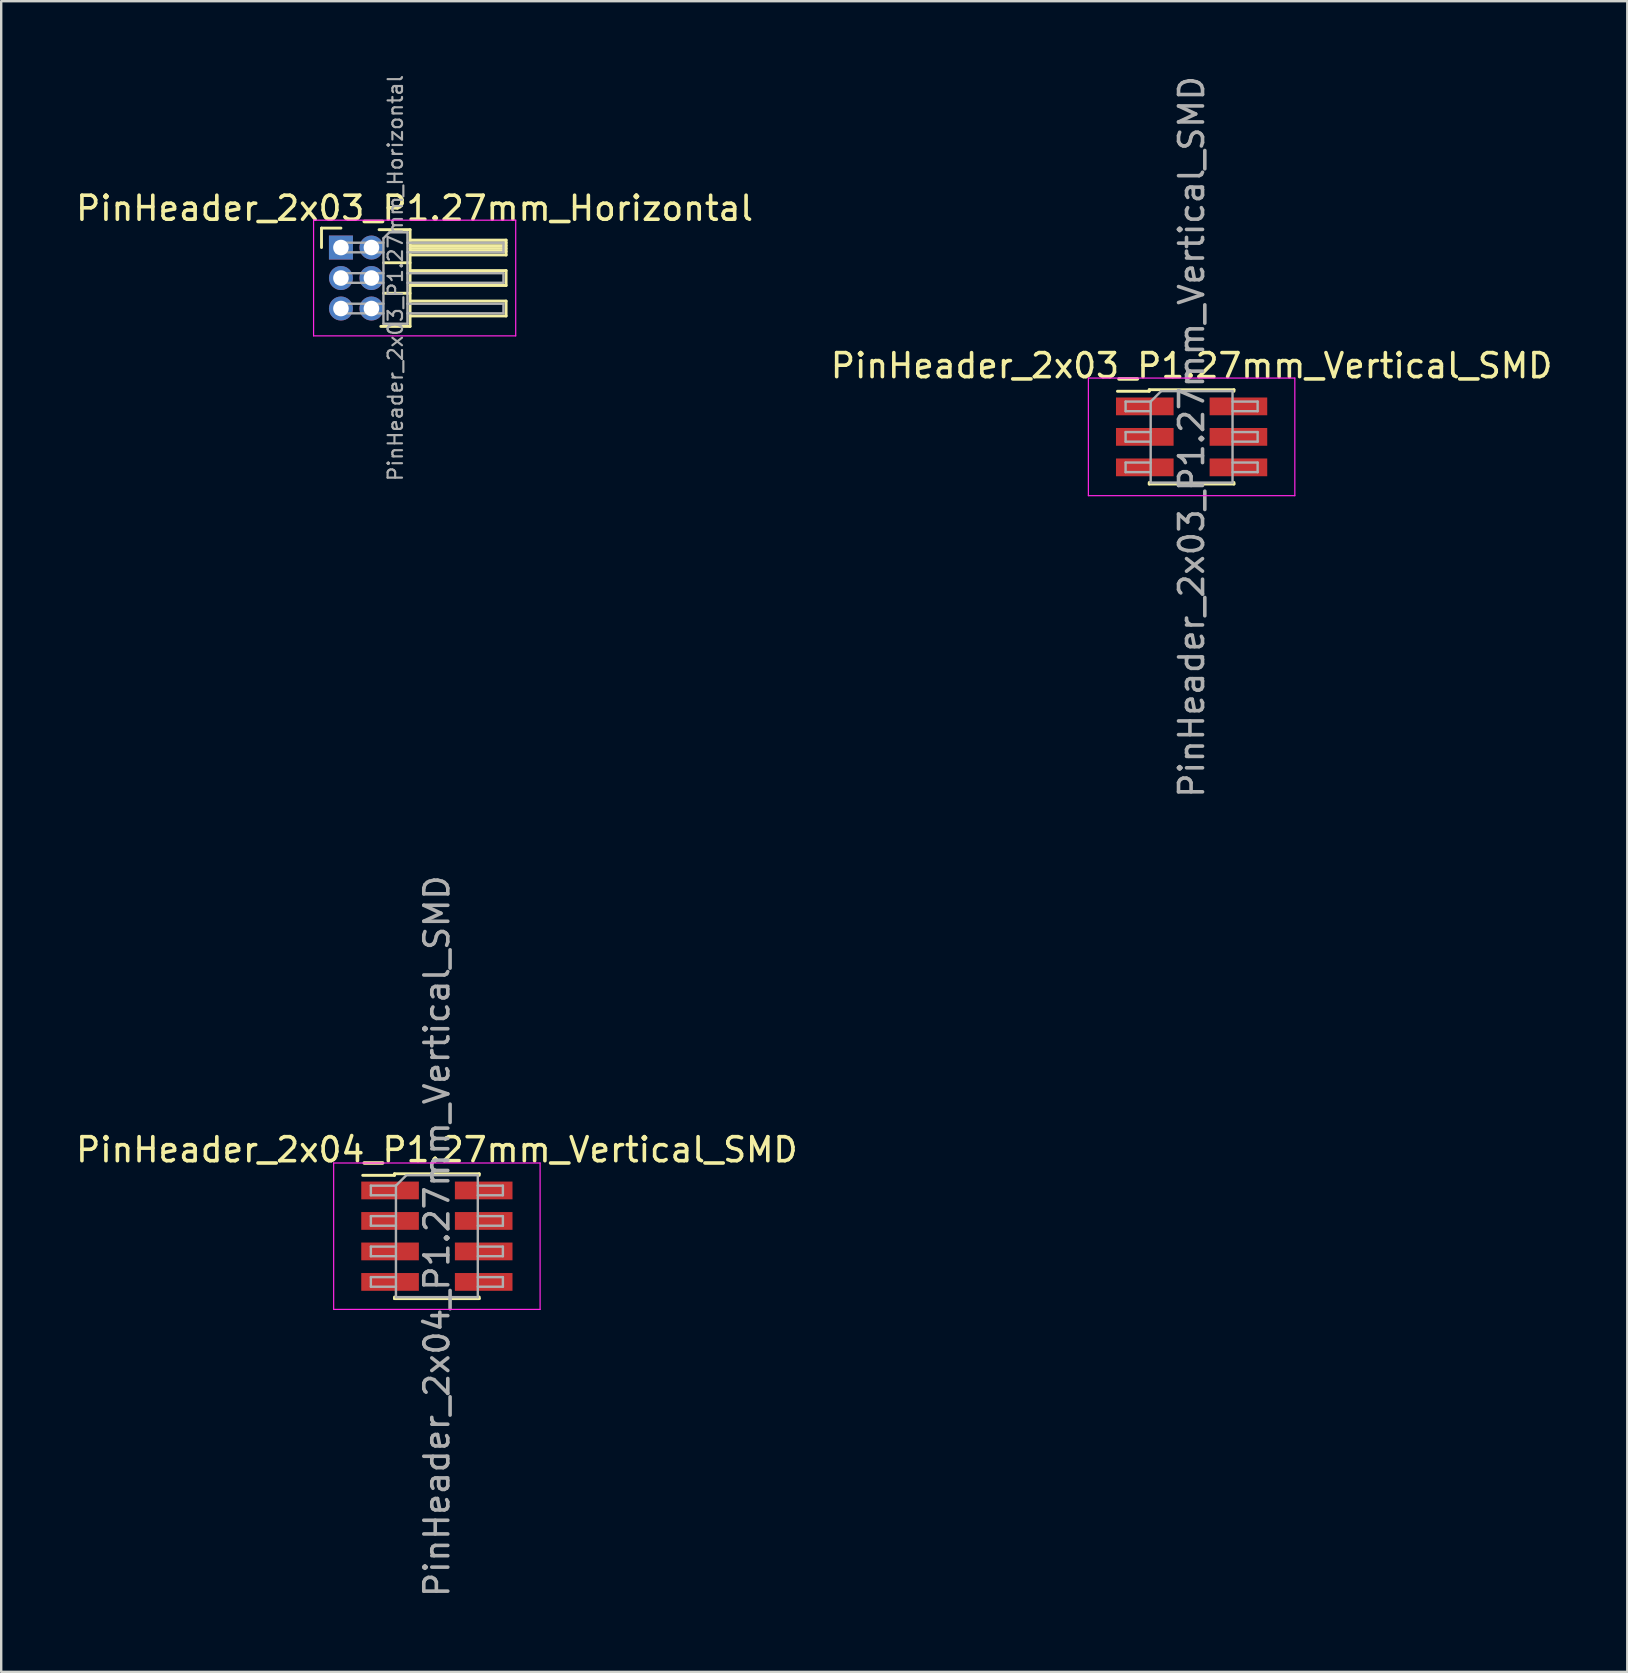
<source format=kicad_pcb>
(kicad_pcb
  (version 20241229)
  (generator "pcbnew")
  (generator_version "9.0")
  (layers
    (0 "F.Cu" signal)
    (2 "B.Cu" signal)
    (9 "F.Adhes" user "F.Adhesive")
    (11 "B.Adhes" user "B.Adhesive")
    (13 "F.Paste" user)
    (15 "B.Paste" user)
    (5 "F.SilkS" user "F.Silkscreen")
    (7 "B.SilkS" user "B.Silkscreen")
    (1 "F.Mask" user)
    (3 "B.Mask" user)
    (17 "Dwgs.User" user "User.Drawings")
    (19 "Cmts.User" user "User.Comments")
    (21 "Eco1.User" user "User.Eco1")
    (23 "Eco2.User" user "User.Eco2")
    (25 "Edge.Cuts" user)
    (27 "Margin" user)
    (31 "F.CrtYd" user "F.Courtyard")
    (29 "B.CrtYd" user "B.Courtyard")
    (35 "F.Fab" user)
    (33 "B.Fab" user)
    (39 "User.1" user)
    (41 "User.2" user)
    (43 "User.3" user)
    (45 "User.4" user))
  (footprint "PinHeader_2x04_P1.27mm_Vertical_SMD"
    (layer "F.Cu")
    (at 15.149 48.446)
    (property "Reference" "PinHeader_2x04_P1.27mm_Vertical_SMD" (at 0 -3.6 0) (layer "F.SilkS") (effects (font (size 1 1) (thickness 0.15))))
    (attr smd)
    (fp_line (start -3.09 -2.535) (end -1.765 -2.535) (stroke (width 0.12) (type solid)) (layer "F.SilkS"))
    (fp_line (start -1.765 -2.6) (end -1.765 -2.535) (stroke (width 0.12) (type solid)) (layer "F.SilkS"))
    (fp_line (start -1.765 -2.6) (end 1.765 -2.6) (stroke (width 0.12) (type solid)) (layer "F.SilkS"))
    (fp_line (start -1.765 2.535) (end -1.765 2.6) (stroke (width 0.12) (type solid)) (layer "F.SilkS"))
    (fp_line (start -1.765 2.6) (end 1.765 2.6) (stroke (width 0.12) (type solid)) (layer "F.SilkS"))
    (fp_line (start 1.765 -2.6) (end 1.765 -2.535) (stroke (width 0.12) (type solid)) (layer "F.SilkS"))
    (fp_line (start 1.765 2.535) (end 1.765 2.6) (stroke (width 0.12) (type solid)) (layer "F.SilkS"))
    (fp_line (start -4.3 -3.05) (end -4.3 3.05) (stroke (width 0.05) (type solid)) (layer "F.CrtYd"))
    (fp_line (start -4.3 3.05) (end 4.3 3.05) (stroke (width 0.05) (type solid)) (layer "F.CrtYd"))
    (fp_line (start 4.3 -3.05) (end -4.3 -3.05) (stroke (width 0.05) (type solid)) (layer "F.CrtYd"))
    (fp_line (start 4.3 3.05) (end 4.3 -3.05) (stroke (width 0.05) (type solid)) (layer "F.CrtYd"))
    (fp_line (start -2.75 -2.105) (end -2.75 -1.705) (stroke (width 0.1) (type solid)) (layer "F.Fab"))
    (fp_line (start -2.75 -1.705) (end -1.705 -1.705) (stroke (width 0.1) (type solid)) (layer "F.Fab"))
    (fp_line (start -2.75 -0.835) (end -2.75 -0.435) (stroke (width 0.1) (type solid)) (layer "F.Fab"))
    (fp_line (start -2.75 -0.435) (end -1.705 -0.435) (stroke (width 0.1) (type solid)) (layer "F.Fab"))
    (fp_line (start -2.75 0.435) (end -2.75 0.835) (stroke (width 0.1) (type solid)) (layer "F.Fab"))
    (fp_line (start -2.75 0.835) (end -1.705 0.835) (stroke (width 0.1) (type solid)) (layer "F.Fab"))
    (fp_line (start -2.75 1.705) (end -2.75 2.105) (stroke (width 0.1) (type solid)) (layer "F.Fab"))
    (fp_line (start -2.75 2.105) (end -1.705 2.105) (stroke (width 0.1) (type solid)) (layer "F.Fab"))
    (fp_line (start -1.705 -2.105) (end -2.75 -2.105) (stroke (width 0.1) (type solid)) (layer "F.Fab"))
    (fp_line (start -1.705 -2.105) (end -1.27 -2.54) (stroke (width 0.1) (type solid)) (layer "F.Fab"))
    (fp_line (start -1.705 -0.835) (end -2.75 -0.835) (stroke (width 0.1) (type solid)) (layer "F.Fab"))
    (fp_line (start -1.705 0.435) (end -2.75 0.435) (stroke (width 0.1) (type solid)) (layer "F.Fab"))
    (fp_line (start -1.705 1.705) (end -2.75 1.705) (stroke (width 0.1) (type solid)) (layer "F.Fab"))
    (fp_line (start -1.705 2.54) (end -1.705 -2.105) (stroke (width 0.1) (type solid)) (layer "F.Fab"))
    (fp_line (start -1.27 -2.54) (end 1.705 -2.54) (stroke (width 0.1) (type solid)) (layer "F.Fab"))
    (fp_line (start 1.705 -2.54) (end 1.705 2.54) (stroke (width 0.1) (type solid)) (layer "F.Fab"))
    (fp_line (start 1.705 -2.105) (end 2.75 -2.105) (stroke (width 0.1) (type solid)) (layer "F.Fab"))
    (fp_line (start 1.705 -0.835) (end 2.75 -0.835) (stroke (width 0.1) (type solid)) (layer "F.Fab"))
    (fp_line (start 1.705 0.435) (end 2.75 0.435) (stroke (width 0.1) (type solid)) (layer "F.Fab"))
    (fp_line (start 1.705 1.705) (end 2.75 1.705) (stroke (width 0.1) (type solid)) (layer "F.Fab"))
    (fp_line (start 1.705 2.54) (end -1.705 2.54) (stroke (width 0.1) (type solid)) (layer "F.Fab"))
    (fp_line (start 2.75 -2.105) (end 2.75 -1.705) (stroke (width 0.1) (type solid)) (layer "F.Fab"))
    (fp_line (start 2.75 -1.705) (end 1.705 -1.705) (stroke (width 0.1) (type solid)) (layer "F.Fab"))
    (fp_line (start 2.75 -0.835) (end 2.75 -0.435) (stroke (width 0.1) (type solid)) (layer "F.Fab"))
    (fp_line (start 2.75 -0.435) (end 1.705 -0.435) (stroke (width 0.1) (type solid)) (layer "F.Fab"))
    (fp_line (start 2.75 0.435) (end 2.75 0.835) (stroke (width 0.1) (type solid)) (layer "F.Fab"))
    (fp_line (start 2.75 0.835) (end 1.705 0.835) (stroke (width 0.1) (type solid)) (layer "F.Fab"))
    (fp_line (start 2.75 1.705) (end 2.75 2.105) (stroke (width 0.1) (type solid)) (layer "F.Fab"))
    (fp_line (start 2.75 2.105) (end 1.705 2.105) (stroke (width 0.1) (type solid)) (layer "F.Fab"))
    (fp_text user "${REFERENCE}" (at 0 0 90) (layer "F.Fab") (effects (font (size 1 1) (thickness 0.15))))
    (pad "1" smd rect (at -1.95 -1.905) (size 2.4 0.74) (layers "F.Cu" "F.Mask" "F.Paste"))
    (pad "2" smd rect (at 1.95 -1.905) (size 2.4 0.74) (layers "F.Cu" "F.Mask" "F.Paste"))
    (pad "3" smd rect (at -1.95 -0.635) (size 2.4 0.74) (layers "F.Cu" "F.Mask" "F.Paste"))
    (pad "4" smd rect (at 1.95 -0.635) (size 2.4 0.74) (layers "F.Cu" "F.Mask" "F.Paste"))
    (pad "5" smd rect (at -1.95 0.635) (size 2.4 0.74) (layers "F.Cu" "F.Mask" "F.Paste"))
    (pad "6" smd rect (at 1.95 0.635) (size 2.4 0.74) (layers "F.Cu" "F.Mask" "F.Paste"))
    (pad "7" smd rect (at -1.95 1.905) (size 2.4 0.74) (layers "F.Cu" "F.Mask" "F.Paste"))
    (pad "8" smd rect (at 1.95 1.905) (size 2.4 0.74) (layers "F.Cu" "F.Mask" "F.Paste")))
  (footprint "PinHeader_2x03_P1.27mm_Horizontal"
    (layer "F.Cu")
    (at 11.153 7.262)
    (property "Reference" "PinHeader_2x03_P1.27mm_Horizontal" (at 3.067 -1.635 0) (layer "F.SilkS") (effects (font (size 1 1) (thickness 0.15))))
    (attr through_hole)
    (fp_line (start -0.81 -0.81) (end 0 -0.81) (stroke (width 0.12) (type solid)) (layer "F.SilkS"))
    (fp_line (start -0.81 0) (end -0.81 -0.81) (stroke (width 0.12) (type solid)) (layer "F.SilkS"))
    (fp_line (start 1.588 -0.745) (end 2.88 -0.745) (stroke (width 0.12) (type solid)) (layer "F.SilkS"))
    (fp_line (start 1.773 0.635) (end 2.88 0.635) (stroke (width 0.12) (type solid)) (layer "F.SilkS"))
    (fp_line (start 1.773 1.905) (end 2.88 1.905) (stroke (width 0.12) (type solid)) (layer "F.SilkS"))
    (fp_line (start 2.88 -0.745) (end 2.88 3.285) (stroke (width 0.12) (type solid)) (layer "F.SilkS"))
    (fp_line (start 2.88 -0.31) (end 6.88 -0.31) (stroke (width 0.12) (type solid)) (layer "F.SilkS"))
    (fp_line (start 2.88 -0.2) (end 6.88 -0.2) (stroke (width 0.12) (type solid)) (layer "F.SilkS"))
    (fp_line (start 2.88 -0.08) (end 6.88 -0.08) (stroke (width 0.12) (type solid)) (layer "F.SilkS"))
    (fp_line (start 2.88 0.04) (end 6.88 0.04) (stroke (width 0.12) (type solid)) (layer "F.SilkS"))
    (fp_line (start 2.88 0.16) (end 6.88 0.16) (stroke (width 0.12) (type solid)) (layer "F.SilkS"))
    (fp_line (start 2.88 0.96) (end 6.88 0.96) (stroke (width 0.12) (type solid)) (layer "F.SilkS"))
    (fp_line (start 2.88 2.23) (end 6.88 2.23) (stroke (width 0.12) (type solid)) (layer "F.SilkS"))
    (fp_line (start 2.88 3.285) (end 1.66 3.285) (stroke (width 0.12) (type solid)) (layer "F.SilkS"))
    (fp_line (start 6.88 -0.31) (end 6.88 0.31) (stroke (width 0.12) (type solid)) (layer "F.SilkS"))
    (fp_line (start 6.88 0.31) (end 2.88 0.31) (stroke (width 0.12) (type solid)) (layer "F.SilkS"))
    (fp_line (start 6.88 0.96) (end 6.88 1.58) (stroke (width 0.12) (type solid)) (layer "F.SilkS"))
    (fp_line (start 6.88 1.58) (end 2.88 1.58) (stroke (width 0.12) (type solid)) (layer "F.SilkS"))
    (fp_line (start 6.88 2.23) (end 6.88 2.85) (stroke (width 0.12) (type solid)) (layer "F.SilkS"))
    (fp_line (start 6.88 2.85) (end 2.88 2.85) (stroke (width 0.12) (type solid)) (layer "F.SilkS"))
    (fp_line (start -1.14 -1.14) (end -1.14 3.68) (stroke (width 0.05) (type solid)) (layer "F.CrtYd"))
    (fp_line (start -1.14 3.68) (end 7.28 3.68) (stroke (width 0.05) (type solid)) (layer "F.CrtYd"))
    (fp_line (start 7.28 -1.14) (end -1.14 -1.14) (stroke (width 0.05) (type solid)) (layer "F.CrtYd"))
    (fp_line (start 7.28 3.68) (end 7.28 -1.14) (stroke (width 0.05) (type solid)) (layer "F.CrtYd"))
    (fp_line (start -0.2 -0.2) (end -0.2 0.2) (stroke (width 0.1) (type solid)) (layer "F.Fab"))
    (fp_line (start -0.2 -0.2) (end 1.77 -0.2) (stroke (width 0.1) (type solid)) (layer "F.Fab"))
    (fp_line (start -0.2 0.2) (end 1.77 0.2) (stroke (width 0.1) (type solid)) (layer "F.Fab"))
    (fp_line (start -0.2 1.07) (end -0.2 1.47) (stroke (width 0.1) (type solid)) (layer "F.Fab"))
    (fp_line (start -0.2 1.07) (end 1.77 1.07) (stroke (width 0.1) (type solid)) (layer "F.Fab"))
    (fp_line (start -0.2 1.47) (end 1.77 1.47) (stroke (width 0.1) (type solid)) (layer "F.Fab"))
    (fp_line (start -0.2 2.34) (end -0.2 2.74) (stroke (width 0.1) (type solid)) (layer "F.Fab"))
    (fp_line (start -0.2 2.34) (end 1.77 2.34) (stroke (width 0.1) (type solid)) (layer "F.Fab"))
    (fp_line (start -0.2 2.74) (end 1.77 2.74) (stroke (width 0.1) (type solid)) (layer "F.Fab"))
    (fp_line (start 1.77 -0.385) (end 2.02 -0.635) (stroke (width 0.1) (type solid)) (layer "F.Fab"))
    (fp_line (start 1.77 3.175) (end 1.77 -0.385) (stroke (width 0.1) (type solid)) (layer "F.Fab"))
    (fp_line (start 2.02 -0.635) (end 2.77 -0.635) (stroke (width 0.1) (type solid)) (layer "F.Fab"))
    (fp_line (start 2.77 -0.635) (end 2.77 3.175) (stroke (width 0.1) (type solid)) (layer "F.Fab"))
    (fp_line (start 2.77 -0.2) (end 6.77 -0.2) (stroke (width 0.1) (type solid)) (layer "F.Fab"))
    (fp_line (start 2.77 0.2) (end 6.77 0.2) (stroke (width 0.1) (type solid)) (layer "F.Fab"))
    (fp_line (start 2.77 1.07) (end 6.77 1.07) (stroke (width 0.1) (type solid)) (layer "F.Fab"))
    (fp_line (start 2.77 1.47) (end 6.77 1.47) (stroke (width 0.1) (type solid)) (layer "F.Fab"))
    (fp_line (start 2.77 2.34) (end 6.77 2.34) (stroke (width 0.1) (type solid)) (layer "F.Fab"))
    (fp_line (start 2.77 2.74) (end 6.77 2.74) (stroke (width 0.1) (type solid)) (layer "F.Fab"))
    (fp_line (start 2.77 3.175) (end 1.77 3.175) (stroke (width 0.1) (type solid)) (layer "F.Fab"))
    (fp_line (start 6.77 -0.2) (end 6.77 0.2) (stroke (width 0.1) (type solid)) (layer "F.Fab"))
    (fp_line (start 6.77 1.07) (end 6.77 1.47) (stroke (width 0.1) (type solid)) (layer "F.Fab"))
    (fp_line (start 6.77 2.34) (end 6.77 2.74) (stroke (width 0.1) (type solid)) (layer "F.Fab"))
    (fp_text user "${REFERENCE}" (at 2.27 1.27 90) (layer "F.Fab") (effects (font (size 0.6 0.6) (thickness 0.09))))
    (pad "1" thru_hole rect (at 0 0) (size 1 1) (drill 0.65) (layers "*.Cu" "*.Mask"))
    (pad "2" thru_hole circle (at 1.27 0) (size 1 1) (drill 0.65) (layers "*.Cu" "*.Mask"))
    (pad "3" thru_hole circle (at 0 1.27) (size 1 1) (drill 0.65) (layers "*.Cu" "*.Mask"))
    (pad "4" thru_hole circle (at 1.27 1.27) (size 1 1) (drill 0.65) (layers "*.Cu" "*.Mask"))
    (pad "5" thru_hole circle (at 0 2.54) (size 1 1) (drill 0.65) (layers "*.Cu" "*.Mask"))
    (pad "6" thru_hole circle (at 1.27 2.54) (size 1 1) (drill 0.65) (layers "*.Cu" "*.Mask")))
  (footprint "PinHeader_2x03_P1.27mm_Vertical_SMD"
    (layer "F.Cu")
    (at 46.589 15.149)
    (property "Reference" "PinHeader_2x03_P1.27mm_Vertical_SMD" (at 0 -2.965 0) (layer "F.SilkS") (effects (font (size 1 1) (thickness 0.15))))
    (attr smd)
    (fp_line (start -3.09 -1.9) (end -1.765 -1.9) (stroke (width 0.12) (type solid)) (layer "F.SilkS"))
    (fp_line (start -1.765 -1.965) (end -1.765 -1.9) (stroke (width 0.12) (type solid)) (layer "F.SilkS"))
    (fp_line (start -1.765 -1.965) (end 1.765 -1.965) (stroke (width 0.12) (type solid)) (layer "F.SilkS"))
    (fp_line (start -1.765 1.9) (end -1.765 1.965) (stroke (width 0.12) (type solid)) (layer "F.SilkS"))
    (fp_line (start -1.765 1.965) (end 1.765 1.965) (stroke (width 0.12) (type solid)) (layer "F.SilkS"))
    (fp_line (start 1.765 -1.965) (end 1.765 -1.9) (stroke (width 0.12) (type solid)) (layer "F.SilkS"))
    (fp_line (start 1.765 1.9) (end 1.765 1.965) (stroke (width 0.12) (type solid)) (layer "F.SilkS"))
    (fp_line (start -4.3 -2.45) (end -4.3 2.45) (stroke (width 0.05) (type solid)) (layer "F.CrtYd"))
    (fp_line (start -4.3 2.45) (end 4.3 2.45) (stroke (width 0.05) (type solid)) (layer "F.CrtYd"))
    (fp_line (start 4.3 -2.45) (end -4.3 -2.45) (stroke (width 0.05) (type solid)) (layer "F.CrtYd"))
    (fp_line (start 4.3 2.45) (end 4.3 -2.45) (stroke (width 0.05) (type solid)) (layer "F.CrtYd"))
    (fp_line (start -2.75 -1.47) (end -2.75 -1.07) (stroke (width 0.1) (type solid)) (layer "F.Fab"))
    (fp_line (start -2.75 -1.07) (end -1.705 -1.07) (stroke (width 0.1) (type solid)) (layer "F.Fab"))
    (fp_line (start -2.75 -0.2) (end -2.75 0.2) (stroke (width 0.1) (type solid)) (layer "F.Fab"))
    (fp_line (start -2.75 0.2) (end -1.705 0.2) (stroke (width 0.1) (type solid)) (layer "F.Fab"))
    (fp_line (start -2.75 1.07) (end -2.75 1.47) (stroke (width 0.1) (type solid)) (layer "F.Fab"))
    (fp_line (start -2.75 1.47) (end -1.705 1.47) (stroke (width 0.1) (type solid)) (layer "F.Fab"))
    (fp_line (start -1.705 -1.47) (end -2.75 -1.47) (stroke (width 0.1) (type solid)) (layer "F.Fab"))
    (fp_line (start -1.705 -1.47) (end -1.27 -1.905) (stroke (width 0.1) (type solid)) (layer "F.Fab"))
    (fp_line (start -1.705 -0.2) (end -2.75 -0.2) (stroke (width 0.1) (type solid)) (layer "F.Fab"))
    (fp_line (start -1.705 1.07) (end -2.75 1.07) (stroke (width 0.1) (type solid)) (layer "F.Fab"))
    (fp_line (start -1.705 1.905) (end -1.705 -1.47) (stroke (width 0.1) (type solid)) (layer "F.Fab"))
    (fp_line (start -1.27 -1.905) (end 1.705 -1.905) (stroke (width 0.1) (type solid)) (layer "F.Fab"))
    (fp_line (start 1.705 -1.905) (end 1.705 1.905) (stroke (width 0.1) (type solid)) (layer "F.Fab"))
    (fp_line (start 1.705 -1.47) (end 2.75 -1.47) (stroke (width 0.1) (type solid)) (layer "F.Fab"))
    (fp_line (start 1.705 -0.2) (end 2.75 -0.2) (stroke (width 0.1) (type solid)) (layer "F.Fab"))
    (fp_line (start 1.705 1.07) (end 2.75 1.07) (stroke (width 0.1) (type solid)) (layer "F.Fab"))
    (fp_line (start 1.705 1.905) (end -1.705 1.905) (stroke (width 0.1) (type solid)) (layer "F.Fab"))
    (fp_line (start 2.75 -1.47) (end 2.75 -1.07) (stroke (width 0.1) (type solid)) (layer "F.Fab"))
    (fp_line (start 2.75 -1.07) (end 1.705 -1.07) (stroke (width 0.1) (type solid)) (layer "F.Fab"))
    (fp_line (start 2.75 -0.2) (end 2.75 0.2) (stroke (width 0.1) (type solid)) (layer "F.Fab"))
    (fp_line (start 2.75 0.2) (end 1.705 0.2) (stroke (width 0.1) (type solid)) (layer "F.Fab"))
    (fp_line (start 2.75 1.07) (end 2.75 1.47) (stroke (width 0.1) (type solid)) (layer "F.Fab"))
    (fp_line (start 2.75 1.47) (end 1.705 1.47) (stroke (width 0.1) (type solid)) (layer "F.Fab"))
    (fp_text user "${REFERENCE}" (at 0 0 90) (layer "F.Fab") (effects (font (size 1 1) (thickness 0.15))))
    (pad "1" smd rect (at -1.95 -1.27) (size 2.4 0.74) (layers "F.Cu" "F.Mask" "F.Paste"))
    (pad "2" smd rect (at 1.95 -1.27) (size 2.4 0.74) (layers "F.Cu" "F.Mask" "F.Paste"))
    (pad "3" smd rect (at -1.95 0) (size 2.4 0.74) (layers "F.Cu" "F.Mask" "F.Paste"))
    (pad "4" smd rect (at 1.95 0) (size 2.4 0.74) (layers "F.Cu" "F.Mask" "F.Paste"))
    (pad "5" smd rect (at -1.95 1.27) (size 2.4 0.74) (layers "F.Cu" "F.Mask" "F.Paste"))
    (pad "6" smd rect (at 1.95 1.27) (size 2.4 0.74) (layers "F.Cu" "F.Mask" "F.Paste")))
  (gr_rect
    (start -3 -3)
    (end 64.738 66.595)
    (stroke (width 0.1) (type default))
    (fill no)
    (layer "Edge.Cuts")))
</source>
